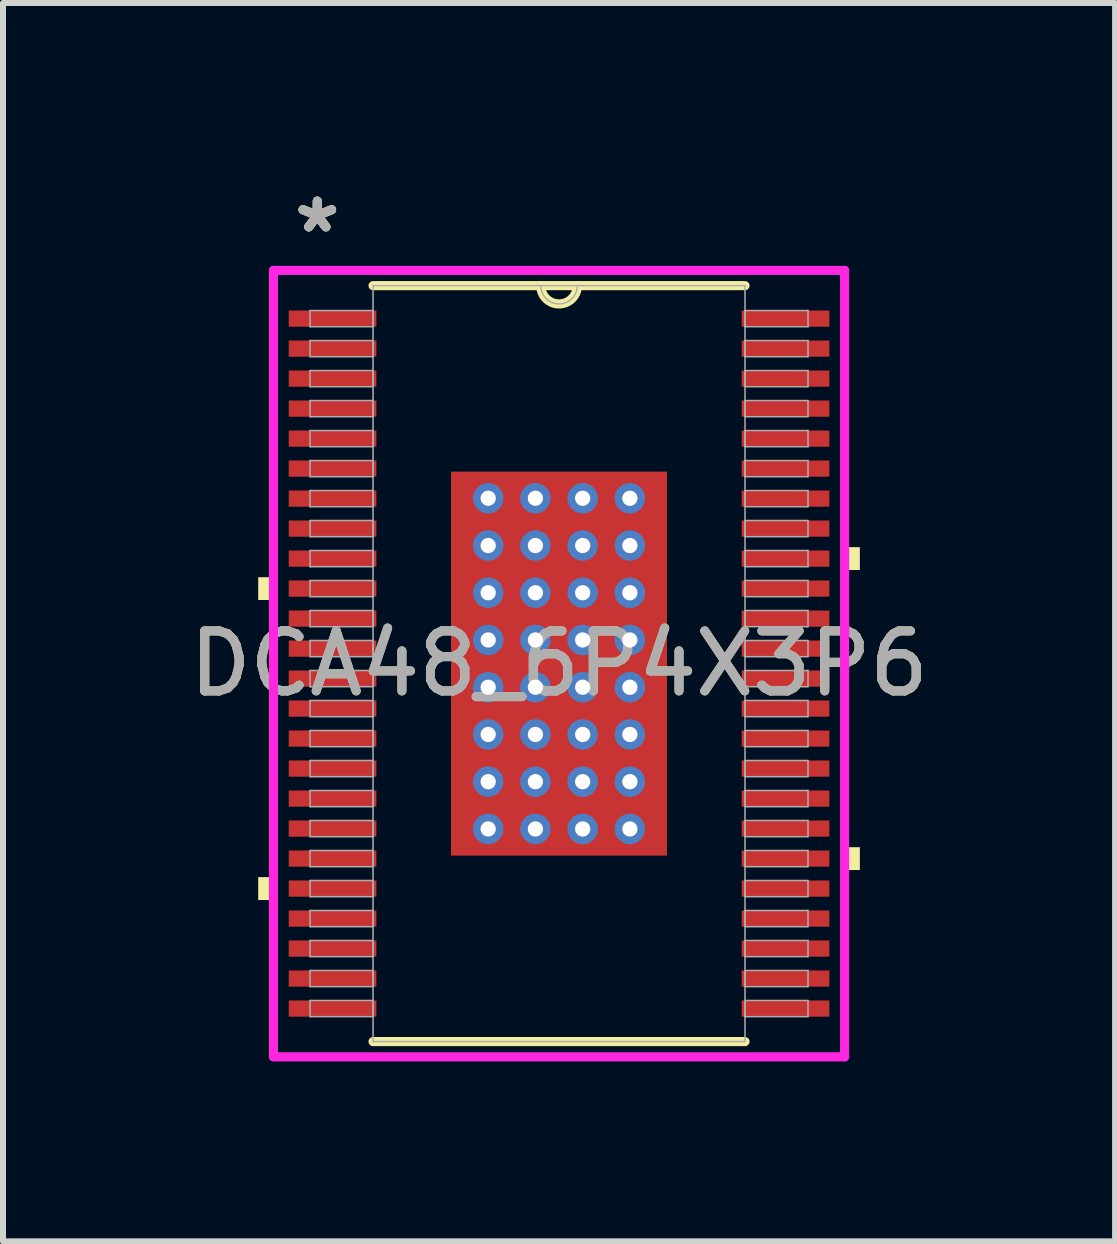
<source format=kicad_pcb>
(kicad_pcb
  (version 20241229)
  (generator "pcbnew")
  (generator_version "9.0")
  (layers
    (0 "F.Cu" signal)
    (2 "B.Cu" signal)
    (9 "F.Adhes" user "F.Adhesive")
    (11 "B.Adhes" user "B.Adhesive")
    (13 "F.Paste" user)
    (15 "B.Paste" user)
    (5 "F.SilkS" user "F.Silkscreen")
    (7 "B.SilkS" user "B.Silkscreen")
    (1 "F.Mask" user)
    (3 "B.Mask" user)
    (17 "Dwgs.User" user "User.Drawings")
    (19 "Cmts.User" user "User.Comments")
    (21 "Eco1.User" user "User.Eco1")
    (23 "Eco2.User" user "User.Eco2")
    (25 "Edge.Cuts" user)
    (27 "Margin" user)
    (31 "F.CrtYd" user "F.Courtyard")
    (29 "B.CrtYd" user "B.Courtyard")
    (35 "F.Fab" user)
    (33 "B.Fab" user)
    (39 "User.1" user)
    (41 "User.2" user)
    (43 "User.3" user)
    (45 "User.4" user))
  (footprint "DCA48_6P4X3P6"
    (layer "F.Cu")
    (at 6.268 8.011)
    (property "Reference" "DCA48_6P4X3P6" (at 0 0 0) (unlocked yes) (layer "F.SilkS") (effects (font (size 1 1) (thickness 0.15))))
    (attr smd)
    (fp_poly (pts (xy -1.863 -3.264) (xy -1.381 -3.264) (xy -1.381 3.264) (xy -1.863 3.264)) (stroke (width 0) (type solid)) (fill yes) (layer "F.Mask"))
    (fp_poly (pts (xy -1.863 -3.264) (xy 1.863 -3.264) (xy 1.863 -2.956) (xy -1.863 -2.956)) (stroke (width 0) (type solid)) (fill yes) (layer "F.Mask"))
    (fp_poly (pts (xy -1.863 -2.556) (xy 1.863 -2.556) (xy 1.863 -2.168) (xy -1.863 -2.168)) (stroke (width 0) (type solid)) (fill yes) (layer "F.Mask"))
    (fp_poly (pts (xy -1.863 -1.768) (xy 1.863 -1.768) (xy 1.863 -1.381) (xy -1.863 -1.381)) (stroke (width 0) (type solid)) (fill yes) (layer "F.Mask"))
    (fp_poly (pts (xy -1.863 -0.981) (xy 1.863 -0.981) (xy 1.863 -0.594) (xy -1.863 -0.594)) (stroke (width 0) (type solid)) (fill yes) (layer "F.Mask"))
    (fp_poly (pts (xy -1.863 -0.194) (xy 1.863 -0.194) (xy 1.863 0.194) (xy -1.863 0.194)) (stroke (width 0) (type solid)) (fill yes) (layer "F.Mask"))
    (fp_poly (pts (xy -1.863 0.594) (xy 1.863 0.594) (xy 1.863 0.981) (xy -1.863 0.981)) (stroke (width 0) (type solid)) (fill yes) (layer "F.Mask"))
    (fp_poly (pts (xy -1.863 1.381) (xy 1.863 1.381) (xy 1.863 1.768) (xy -1.863 1.768)) (stroke (width 0) (type solid)) (fill yes) (layer "F.Mask"))
    (fp_poly (pts (xy -1.863 2.168) (xy 1.863 2.168) (xy 1.863 2.556) (xy -1.863 2.556)) (stroke (width 0) (type solid)) (fill yes) (layer "F.Mask"))
    (fp_poly (pts (xy -1.863 2.956) (xy 1.863 2.956) (xy 1.863 3.264) (xy -1.863 3.264)) (stroke (width 0) (type solid)) (fill yes) (layer "F.Mask"))
    (fp_poly (pts (xy -0.594 -3.264) (xy -0.981 -3.264) (xy -0.981 3.264) (xy -0.594 3.264)) (stroke (width 0) (type solid)) (fill yes) (layer "F.Mask"))
    (fp_poly (pts (xy 0.194 -3.264) (xy -0.194 -3.264) (xy -0.194 3.264) (xy 0.194 3.264)) (stroke (width 0) (type solid)) (fill yes) (layer "F.Mask"))
    (fp_poly (pts (xy 0.981 -3.264) (xy 0.594 -3.264) (xy 0.594 3.264) (xy 0.981 3.264)) (stroke (width 0) (type solid)) (fill yes) (layer "F.Mask"))
    (fp_poly (pts (xy 1.381 -3.264) (xy 1.863 -3.264) (xy 1.863 3.264) (xy 1.381 3.264)) (stroke (width 0) (type solid)) (fill yes) (layer "F.Mask"))
    (fp_line (start -3.1 6.3) (end 3.1 6.3) (stroke (width 0.152) (type solid)) (layer "F.SilkS"))
    (fp_line (start 3.1 -6.3) (end -3.1 -6.3) (stroke (width 0.152) (type solid)) (layer "F.SilkS"))
    (fp_arc (start 0.3048 -6.3) (mid 0 -5.9952) (end -0.3048 -6.3) (stroke (width 0.1524) (type solid)) (layer "F.SilkS"))
    (fp_poly (pts (xy -5.014 -1.44) (xy -5.014 -1.06) (xy -4.76 -1.06) (xy -4.76 -1.44)) (stroke (width 0) (type solid)) (fill yes) (layer "F.SilkS"))
    (fp_poly (pts (xy -5.014 3.559) (xy -5.014 3.941) (xy -4.76 3.941) (xy -4.76 3.559)) (stroke (width 0) (type solid)) (fill yes) (layer "F.SilkS"))
    (fp_poly (pts (xy 5.014 -1.941) (xy 5.014 -1.56) (xy 4.76 -1.56) (xy 4.76 -1.941)) (stroke (width 0) (type solid)) (fill yes) (layer "F.SilkS"))
    (fp_poly (pts (xy 5.014 3.06) (xy 5.014 3.441) (xy 4.76 3.441) (xy 4.76 3.06)) (stroke (width 0) (type solid)) (fill yes) (layer "F.SilkS"))
    (fp_poly (pts (xy -1.725 -3.125) (xy -1.725 -2.856) (xy -1.423 -2.856) (xy -1.281 -2.997) (xy -1.281 -3.125)) (stroke (width 0) (type solid)) (fill yes) (layer "F.Paste"))
    (fp_poly (pts (xy -1.725 2.856) (xy -1.725 3.125) (xy -1.281 3.125) (xy -1.281 2.997) (xy -1.423 2.856)) (stroke (width 0) (type solid)) (fill yes) (layer "F.Paste"))
    (fp_poly (pts (xy 1.281 -3.125) (xy 1.281 -2.997) (xy 1.423 -2.856) (xy 1.725 -2.856) (xy 1.725 -3.125)) (stroke (width 0) (type solid)) (fill yes) (layer "F.Paste"))
    (fp_poly (pts (xy 1.423 2.856) (xy 1.281 2.997) (xy 1.281 3.125) (xy 1.725 3.125) (xy 1.725 2.856)) (stroke (width 0) (type solid)) (fill yes) (layer "F.Paste"))
    (fp_poly (pts (xy -1.725 -2.656) (xy -1.725 -2.068) (xy -1.423 -2.068) (xy -1.281 -2.21) (xy -1.281 -2.514) (xy -1.423 -2.656)) (stroke (width 0) (type solid)) (fill yes) (layer "F.Paste"))
    (fp_poly (pts (xy -1.725 -1.869) (xy -1.725 -1.281) (xy -1.423 -1.281) (xy -1.281 -1.423) (xy -1.281 -1.727) (xy -1.423 -1.869)) (stroke (width 0) (type solid)) (fill yes) (layer "F.Paste"))
    (fp_poly (pts (xy -1.725 -1.081) (xy -1.725 -0.494) (xy -1.423 -0.494) (xy -1.281 -0.635) (xy -1.281 -0.94) (xy -1.423 -1.081)) (stroke (width 0) (type solid)) (fill yes) (layer "F.Paste"))
    (fp_poly (pts (xy -1.725 -0.294) (xy -1.725 0.294) (xy -1.423 0.294) (xy -1.281 0.152) (xy -1.281 -0.152) (xy -1.423 -0.294)) (stroke (width 0) (type solid)) (fill yes) (layer "F.Paste"))
    (fp_poly (pts (xy -1.725 0.494) (xy -1.725 1.081) (xy -1.423 1.081) (xy -1.281 0.94) (xy -1.281 0.635) (xy -1.423 0.494)) (stroke (width 0) (type solid)) (fill yes) (layer "F.Paste"))
    (fp_poly (pts (xy -1.725 1.281) (xy -1.725 1.869) (xy -1.423 1.869) (xy -1.281 1.727) (xy -1.281 1.423) (xy -1.423 1.281)) (stroke (width 0) (type solid)) (fill yes) (layer "F.Paste"))
    (fp_poly (pts (xy -1.725 2.068) (xy -1.725 2.656) (xy -1.423 2.656) (xy -1.281 2.514) (xy -1.281 2.21) (xy -1.423 2.068)) (stroke (width 0) (type solid)) (fill yes) (layer "F.Paste"))
    (fp_poly (pts (xy -1.081 -3.125) (xy -1.081 -2.997) (xy -0.94 -2.856) (xy -0.635 -2.856) (xy -0.494 -2.997) (xy -0.494 -3.125)) (stroke (width 0) (type solid)) (fill yes) (layer "F.Paste"))
    (fp_poly (pts (xy -0.94 2.856) (xy -1.081 2.997) (xy -1.081 3.125) (xy -0.494 3.125) (xy -0.494 2.997) (xy -0.635 2.856)) (stroke (width 0) (type solid)) (fill yes) (layer "F.Paste"))
    (fp_poly (pts (xy -0.294 -3.125) (xy -0.294 -2.997) (xy -0.152 -2.856) (xy 0.152 -2.856) (xy 0.294 -2.997) (xy 0.294 -3.125)) (stroke (width 0) (type solid)) (fill yes) (layer "F.Paste"))
    (fp_poly (pts (xy -0.152 2.856) (xy -0.294 2.997) (xy -0.294 3.125) (xy 0.294 3.125) (xy 0.294 2.997) (xy 0.152 2.856)) (stroke (width 0) (type solid)) (fill yes) (layer "F.Paste"))
    (fp_poly (pts (xy 0.494 -3.125) (xy 0.494 -2.997) (xy 0.635 -2.856) (xy 0.94 -2.856) (xy 1.081 -2.997) (xy 1.081 -3.125)) (stroke (width 0) (type solid)) (fill yes) (layer "F.Paste"))
    (fp_poly (pts (xy 0.635 2.856) (xy 0.494 2.997) (xy 0.494 3.125) (xy 1.081 3.125) (xy 1.081 2.997) (xy 0.94 2.856)) (stroke (width 0) (type solid)) (fill yes) (layer "F.Paste"))
    (fp_poly (pts (xy 1.423 -2.656) (xy 1.281 -2.514) (xy 1.281 -2.21) (xy 1.423 -2.068) (xy 1.725 -2.068) (xy 1.725 -2.656)) (stroke (width 0) (type solid)) (fill yes) (layer "F.Paste"))
    (fp_poly (pts (xy 1.423 -1.869) (xy 1.281 -1.727) (xy 1.281 -1.423) (xy 1.423 -1.281) (xy 1.725 -1.281) (xy 1.725 -1.869)) (stroke (width 0) (type solid)) (fill yes) (layer "F.Paste"))
    (fp_poly (pts (xy 1.423 -1.081) (xy 1.281 -0.94) (xy 1.281 -0.635) (xy 1.423 -0.494) (xy 1.725 -0.494) (xy 1.725 -1.081)) (stroke (width 0) (type solid)) (fill yes) (layer "F.Paste"))
    (fp_poly (pts (xy 1.423 -0.294) (xy 1.281 -0.152) (xy 1.281 0.152) (xy 1.423 0.294) (xy 1.725 0.294) (xy 1.725 -0.294)) (stroke (width 0) (type solid)) (fill yes) (layer "F.Paste"))
    (fp_poly (pts (xy 1.423 0.494) (xy 1.281 0.635) (xy 1.281 0.94) (xy 1.423 1.081) (xy 1.725 1.081) (xy 1.725 0.494)) (stroke (width 0) (type solid)) (fill yes) (layer "F.Paste"))
    (fp_poly (pts (xy 1.423 1.281) (xy 1.281 1.423) (xy 1.281 1.727) (xy 1.423 1.869) (xy 1.725 1.869) (xy 1.725 1.281)) (stroke (width 0) (type solid)) (fill yes) (layer "F.Paste"))
    (fp_poly (pts (xy 1.423 2.068) (xy 1.281 2.21) (xy 1.281 2.514) (xy 1.423 2.656) (xy 1.725 2.656) (xy 1.725 2.068)) (stroke (width 0) (type solid)) (fill yes) (layer "F.Paste"))
    (fp_poly (pts (xy -0.94 -2.656) (xy -1.081 -2.514) (xy -1.081 -2.21) (xy -0.94 -2.068) (xy -0.635 -2.068) (xy -0.494 -2.21) (xy -0.494 -2.514) (xy -0.635 -2.656)) (stroke (width 0) (type solid)) (fill yes) (layer "F.Paste"))
    (fp_poly (pts (xy -0.94 -1.869) (xy -1.081 -1.727) (xy -1.081 -1.423) (xy -0.94 -1.281) (xy -0.635 -1.281) (xy -0.494 -1.423) (xy -0.494 -1.727) (xy -0.635 -1.869)) (stroke (width 0) (type solid)) (fill yes) (layer "F.Paste"))
    (fp_poly (pts (xy -0.94 -1.081) (xy -1.081 -0.94) (xy -1.081 -0.635) (xy -0.94 -0.494) (xy -0.635 -0.494) (xy -0.494 -0.635) (xy -0.494 -0.94) (xy -0.635 -1.081)) (stroke (width 0) (type solid)) (fill yes) (layer "F.Paste"))
    (fp_poly (pts (xy -0.94 -0.294) (xy -1.081 -0.152) (xy -1.081 0.152) (xy -0.94 0.294) (xy -0.635 0.294) (xy -0.494 0.152) (xy -0.494 -0.152) (xy -0.635 -0.294)) (stroke (width 0) (type solid)) (fill yes) (layer "F.Paste"))
    (fp_poly (pts (xy -0.94 0.494) (xy -1.081 0.635) (xy -1.081 0.94) (xy -0.94 1.081) (xy -0.635 1.081) (xy -0.494 0.94) (xy -0.494 0.635) (xy -0.635 0.494)) (stroke (width 0) (type solid)) (fill yes) (layer "F.Paste"))
    (fp_poly (pts (xy -0.94 1.281) (xy -1.081 1.423) (xy -1.081 1.727) (xy -0.94 1.869) (xy -0.635 1.869) (xy -0.494 1.727) (xy -0.494 1.423) (xy -0.635 1.281)) (stroke (width 0) (type solid)) (fill yes) (layer "F.Paste"))
    (fp_poly (pts (xy -0.94 2.068) (xy -1.081 2.21) (xy -1.081 2.514) (xy -0.94 2.656) (xy -0.635 2.656) (xy -0.494 2.514) (xy -0.494 2.21) (xy -0.635 2.068)) (stroke (width 0) (type solid)) (fill yes) (layer "F.Paste"))
    (fp_poly (pts (xy -0.152 -2.656) (xy -0.294 -2.514) (xy -0.294 -2.21) (xy -0.152 -2.068) (xy 0.152 -2.068) (xy 0.294 -2.21) (xy 0.294 -2.514) (xy 0.152 -2.656)) (stroke (width 0) (type solid)) (fill yes) (layer "F.Paste"))
    (fp_poly (pts (xy -0.152 -1.869) (xy -0.294 -1.727) (xy -0.294 -1.423) (xy -0.152 -1.281) (xy 0.152 -1.281) (xy 0.294 -1.423) (xy 0.294 -1.727) (xy 0.152 -1.869)) (stroke (width 0) (type solid)) (fill yes) (layer "F.Paste"))
    (fp_poly (pts (xy -0.152 -1.081) (xy -0.294 -0.94) (xy -0.294 -0.635) (xy -0.152 -0.494) (xy 0.152 -0.494) (xy 0.294 -0.635) (xy 0.294 -0.94) (xy 0.152 -1.081)) (stroke (width 0) (type solid)) (fill yes) (layer "F.Paste"))
    (fp_poly (pts (xy -0.152 -0.294) (xy -0.294 -0.152) (xy -0.294 0.152) (xy -0.152 0.294) (xy 0.152 0.294) (xy 0.294 0.152) (xy 0.294 -0.152) (xy 0.152 -0.294)) (stroke (width 0) (type solid)) (fill yes) (layer "F.Paste"))
    (fp_poly (pts (xy -0.152 0.494) (xy -0.294 0.635) (xy -0.294 0.94) (xy -0.152 1.081) (xy 0.152 1.081) (xy 0.294 0.94) (xy 0.294 0.635) (xy 0.152 0.494)) (stroke (width 0) (type solid)) (fill yes) (layer "F.Paste"))
    (fp_poly (pts (xy -0.152 1.281) (xy -0.294 1.423) (xy -0.294 1.727) (xy -0.152 1.869) (xy 0.152 1.869) (xy 0.294 1.727) (xy 0.294 1.423) (xy 0.152 1.281)) (stroke (width 0) (type solid)) (fill yes) (layer "F.Paste"))
    (fp_poly (pts (xy -0.152 2.068) (xy -0.294 2.21) (xy -0.294 2.514) (xy -0.152 2.656) (xy 0.152 2.656) (xy 0.294 2.514) (xy 0.294 2.21) (xy 0.152 2.068)) (stroke (width 0) (type solid)) (fill yes) (layer "F.Paste"))
    (fp_poly (pts (xy 0.635 -2.656) (xy 0.494 -2.514) (xy 0.494 -2.21) (xy 0.635 -2.068) (xy 0.94 -2.068) (xy 1.081 -2.21) (xy 1.081 -2.514) (xy 0.94 -2.656)) (stroke (width 0) (type solid)) (fill yes) (layer "F.Paste"))
    (fp_poly (pts (xy 0.635 -1.869) (xy 0.494 -1.727) (xy 0.494 -1.423) (xy 0.635 -1.281) (xy 0.94 -1.281) (xy 1.081 -1.423) (xy 1.081 -1.727) (xy 0.94 -1.869)) (stroke (width 0) (type solid)) (fill yes) (layer "F.Paste"))
    (fp_poly (pts (xy 0.635 -1.081) (xy 0.494 -0.94) (xy 0.494 -0.635) (xy 0.635 -0.494) (xy 0.94 -0.494) (xy 1.081 -0.635) (xy 1.081 -0.94) (xy 0.94 -1.081)) (stroke (width 0) (type solid)) (fill yes) (layer "F.Paste"))
    (fp_poly (pts (xy 0.635 -0.294) (xy 0.494 -0.152) (xy 0.494 0.152) (xy 0.635 0.294) (xy 0.94 0.294) (xy 1.081 0.152) (xy 1.081 -0.152) (xy 0.94 -0.294)) (stroke (width 0) (type solid)) (fill yes) (layer "F.Paste"))
    (fp_poly (pts (xy 0.635 0.494) (xy 0.494 0.635) (xy 0.494 0.94) (xy 0.635 1.081) (xy 0.94 1.081) (xy 1.081 0.94) (xy 1.081 0.635) (xy 0.94 0.494)) (stroke (width 0) (type solid)) (fill yes) (layer "F.Paste"))
    (fp_poly (pts (xy 0.635 1.281) (xy 0.494 1.423) (xy 0.494 1.727) (xy 0.635 1.869) (xy 0.94 1.869) (xy 1.081 1.727) (xy 1.081 1.423) (xy 0.94 1.281)) (stroke (width 0) (type solid)) (fill yes) (layer "F.Paste"))
    (fp_poly (pts (xy 0.635 2.068) (xy 0.494 2.21) (xy 0.494 2.514) (xy 0.635 2.656) (xy 0.94 2.656) (xy 1.081 2.514) (xy 1.081 2.21) (xy 0.94 2.068)) (stroke (width 0) (type solid)) (fill yes) (layer "F.Paste"))
    (fp_line (start -4.76 -6.554) (end 4.76 -6.554) (stroke (width 0.152) (type solid)) (layer "F.CrtYd"))
    (fp_line (start -4.76 6.554) (end -4.76 -6.554) (stroke (width 0.152) (type solid)) (layer "F.CrtYd"))
    (fp_line (start 4.76 -6.554) (end 4.76 6.554) (stroke (width 0.152) (type solid)) (layer "F.CrtYd"))
    (fp_line (start 4.76 6.554) (end -4.76 6.554) (stroke (width 0.152) (type solid)) (layer "F.CrtYd"))
    (fp_line (start -4.15 -5.885) (end -4.15 -5.615) (stroke (width 0.025) (type solid)) (layer "F.Fab"))
    (fp_line (start -4.15 -5.615) (end -3.1 -5.615) (stroke (width 0.025) (type solid)) (layer "F.Fab"))
    (fp_line (start -4.15 -5.385) (end -4.15 -5.115) (stroke (width 0.025) (type solid)) (layer "F.Fab"))
    (fp_line (start -4.15 -5.115) (end -3.1 -5.115) (stroke (width 0.025) (type solid)) (layer "F.Fab"))
    (fp_line (start -4.15 -4.885) (end -4.15 -4.615) (stroke (width 0.025) (type solid)) (layer "F.Fab"))
    (fp_line (start -4.15 -4.615) (end -3.1 -4.615) (stroke (width 0.025) (type solid)) (layer "F.Fab"))
    (fp_line (start -4.15 -4.385) (end -4.15 -4.115) (stroke (width 0.025) (type solid)) (layer "F.Fab"))
    (fp_line (start -4.15 -4.115) (end -3.1 -4.115) (stroke (width 0.025) (type solid)) (layer "F.Fab"))
    (fp_line (start -4.15 -3.885) (end -4.15 -3.615) (stroke (width 0.025) (type solid)) (layer "F.Fab"))
    (fp_line (start -4.15 -3.615) (end -3.1 -3.615) (stroke (width 0.025) (type solid)) (layer "F.Fab"))
    (fp_line (start -4.15 -3.385) (end -4.15 -3.115) (stroke (width 0.025) (type solid)) (layer "F.Fab"))
    (fp_line (start -4.15 -3.115) (end -3.1 -3.115) (stroke (width 0.025) (type solid)) (layer "F.Fab"))
    (fp_line (start -4.15 -2.885) (end -4.15 -2.615) (stroke (width 0.025) (type solid)) (layer "F.Fab"))
    (fp_line (start -4.15 -2.615) (end -3.1 -2.615) (stroke (width 0.025) (type solid)) (layer "F.Fab"))
    (fp_line (start -4.15 -2.385) (end -4.15 -2.115) (stroke (width 0.025) (type solid)) (layer "F.Fab"))
    (fp_line (start -4.15 -2.115) (end -3.1 -2.115) (stroke (width 0.025) (type solid)) (layer "F.Fab"))
    (fp_line (start -4.15 -1.885) (end -4.15 -1.615) (stroke (width 0.025) (type solid)) (layer "F.Fab"))
    (fp_line (start -4.15 -1.615) (end -3.1 -1.615) (stroke (width 0.025) (type solid)) (layer "F.Fab"))
    (fp_line (start -4.15 -1.385) (end -4.15 -1.115) (stroke (width 0.025) (type solid)) (layer "F.Fab"))
    (fp_line (start -4.15 -1.115) (end -3.1 -1.115) (stroke (width 0.025) (type solid)) (layer "F.Fab"))
    (fp_line (start -4.15 -0.885) (end -4.15 -0.615) (stroke (width 0.025) (type solid)) (layer "F.Fab"))
    (fp_line (start -4.15 -0.615) (end -3.1 -0.615) (stroke (width 0.025) (type solid)) (layer "F.Fab"))
    (fp_line (start -4.15 -0.385) (end -4.15 -0.115) (stroke (width 0.025) (type solid)) (layer "F.Fab"))
    (fp_line (start -4.15 -0.115) (end -3.1 -0.115) (stroke (width 0.025) (type solid)) (layer "F.Fab"))
    (fp_line (start -4.15 0.115) (end -4.15 0.385) (stroke (width 0.025) (type solid)) (layer "F.Fab"))
    (fp_line (start -4.15 0.385) (end -3.1 0.385) (stroke (width 0.025) (type solid)) (layer "F.Fab"))
    (fp_line (start -4.15 0.615) (end -4.15 0.885) (stroke (width 0.025) (type solid)) (layer "F.Fab"))
    (fp_line (start -4.15 0.885) (end -3.1 0.885) (stroke (width 0.025) (type solid)) (layer "F.Fab"))
    (fp_line (start -4.15 1.115) (end -4.15 1.385) (stroke (width 0.025) (type solid)) (layer "F.Fab"))
    (fp_line (start -4.15 1.385) (end -3.1 1.385) (stroke (width 0.025) (type solid)) (layer "F.Fab"))
    (fp_line (start -4.15 1.615) (end -4.15 1.885) (stroke (width 0.025) (type solid)) (layer "F.Fab"))
    (fp_line (start -4.15 1.885) (end -3.1 1.885) (stroke (width 0.025) (type solid)) (layer "F.Fab"))
    (fp_line (start -4.15 2.115) (end -4.15 2.385) (stroke (width 0.025) (type solid)) (layer "F.Fab"))
    (fp_line (start -4.15 2.385) (end -3.1 2.385) (stroke (width 0.025) (type solid)) (layer "F.Fab"))
    (fp_line (start -4.15 2.615) (end -4.15 2.885) (stroke (width 0.025) (type solid)) (layer "F.Fab"))
    (fp_line (start -4.15 2.885) (end -3.1 2.885) (stroke (width 0.025) (type solid)) (layer "F.Fab"))
    (fp_line (start -4.15 3.115) (end -4.15 3.385) (stroke (width 0.025) (type solid)) (layer "F.Fab"))
    (fp_line (start -4.15 3.385) (end -3.1 3.385) (stroke (width 0.025) (type solid)) (layer "F.Fab"))
    (fp_line (start -4.15 3.615) (end -4.15 3.885) (stroke (width 0.025) (type solid)) (layer "F.Fab"))
    (fp_line (start -4.15 3.885) (end -3.1 3.885) (stroke (width 0.025) (type solid)) (layer "F.Fab"))
    (fp_line (start -4.15 4.115) (end -4.15 4.385) (stroke (width 0.025) (type solid)) (layer "F.Fab"))
    (fp_line (start -4.15 4.385) (end -3.1 4.385) (stroke (width 0.025) (type solid)) (layer "F.Fab"))
    (fp_line (start -4.15 4.615) (end -4.15 4.885) (stroke (width 0.025) (type solid)) (layer "F.Fab"))
    (fp_line (start -4.15 4.885) (end -3.1 4.885) (stroke (width 0.025) (type solid)) (layer "F.Fab"))
    (fp_line (start -4.15 5.115) (end -4.15 5.385) (stroke (width 0.025) (type solid)) (layer "F.Fab"))
    (fp_line (start -4.15 5.385) (end -3.1 5.385) (stroke (width 0.025) (type solid)) (layer "F.Fab"))
    (fp_line (start -4.15 5.615) (end -4.15 5.885) (stroke (width 0.025) (type solid)) (layer "F.Fab"))
    (fp_line (start -4.15 5.885) (end -3.1 5.885) (stroke (width 0.025) (type solid)) (layer "F.Fab"))
    (fp_line (start -3.1 -5.885) (end -4.15 -5.885) (stroke (width 0.025) (type solid)) (layer "F.Fab"))
    (fp_line (start -3.1 -5.615) (end -3.1 -5.885) (stroke (width 0.025) (type solid)) (layer "F.Fab"))
    (fp_line (start -3.1 -5.385) (end -4.15 -5.385) (stroke (width 0.025) (type solid)) (layer "F.Fab"))
    (fp_line (start -3.1 -5.115) (end -3.1 -5.385) (stroke (width 0.025) (type solid)) (layer "F.Fab"))
    (fp_line (start -3.1 -4.885) (end -4.15 -4.885) (stroke (width 0.025) (type solid)) (layer "F.Fab"))
    (fp_line (start -3.1 -4.615) (end -3.1 -4.885) (stroke (width 0.025) (type solid)) (layer "F.Fab"))
    (fp_line (start -3.1 -4.385) (end -4.15 -4.385) (stroke (width 0.025) (type solid)) (layer "F.Fab"))
    (fp_line (start -3.1 -4.115) (end -3.1 -4.385) (stroke (width 0.025) (type solid)) (layer "F.Fab"))
    (fp_line (start -3.1 -3.885) (end -4.15 -3.885) (stroke (width 0.025) (type solid)) (layer "F.Fab"))
    (fp_line (start -3.1 -3.615) (end -3.1 -3.885) (stroke (width 0.025) (type solid)) (layer "F.Fab"))
    (fp_line (start -3.1 -3.385) (end -4.15 -3.385) (stroke (width 0.025) (type solid)) (layer "F.Fab"))
    (fp_line (start -3.1 -3.115) (end -3.1 -3.385) (stroke (width 0.025) (type solid)) (layer "F.Fab"))
    (fp_line (start -3.1 -2.885) (end -4.15 -2.885) (stroke (width 0.025) (type solid)) (layer "F.Fab"))
    (fp_line (start -3.1 -2.615) (end -3.1 -2.885) (stroke (width 0.025) (type solid)) (layer "F.Fab"))
    (fp_line (start -3.1 -2.385) (end -4.15 -2.385) (stroke (width 0.025) (type solid)) (layer "F.Fab"))
    (fp_line (start -3.1 -2.115) (end -3.1 -2.385) (stroke (width 0.025) (type solid)) (layer "F.Fab"))
    (fp_line (start -3.1 -1.885) (end -4.15 -1.885) (stroke (width 0.025) (type solid)) (layer "F.Fab"))
    (fp_line (start -3.1 -1.615) (end -3.1 -1.885) (stroke (width 0.025) (type solid)) (layer "F.Fab"))
    (fp_line (start -3.1 -1.385) (end -4.15 -1.385) (stroke (width 0.025) (type solid)) (layer "F.Fab"))
    (fp_line (start -3.1 -1.115) (end -3.1 -1.385) (stroke (width 0.025) (type solid)) (layer "F.Fab"))
    (fp_line (start -3.1 -0.885) (end -4.15 -0.885) (stroke (width 0.025) (type solid)) (layer "F.Fab"))
    (fp_line (start -3.1 -0.615) (end -3.1 -0.885) (stroke (width 0.025) (type solid)) (layer "F.Fab"))
    (fp_line (start -3.1 -0.385) (end -4.15 -0.385) (stroke (width 0.025) (type solid)) (layer "F.Fab"))
    (fp_line (start -3.1 -0.115) (end -3.1 -0.385) (stroke (width 0.025) (type solid)) (layer "F.Fab"))
    (fp_line (start -3.1 0.115) (end -4.15 0.115) (stroke (width 0.025) (type solid)) (layer "F.Fab"))
    (fp_line (start -3.1 0.385) (end -3.1 0.115) (stroke (width 0.025) (type solid)) (layer "F.Fab"))
    (fp_line (start -3.1 0.615) (end -4.15 0.615) (stroke (width 0.025) (type solid)) (layer "F.Fab"))
    (fp_line (start -3.1 0.885) (end -3.1 0.615) (stroke (width 0.025) (type solid)) (layer "F.Fab"))
    (fp_line (start -3.1 1.115) (end -4.15 1.115) (stroke (width 0.025) (type solid)) (layer "F.Fab"))
    (fp_line (start -3.1 1.385) (end -3.1 1.115) (stroke (width 0.025) (type solid)) (layer "F.Fab"))
    (fp_line (start -3.1 1.615) (end -4.15 1.615) (stroke (width 0.025) (type solid)) (layer "F.Fab"))
    (fp_line (start -3.1 1.885) (end -3.1 1.615) (stroke (width 0.025) (type solid)) (layer "F.Fab"))
    (fp_line (start -3.1 2.115) (end -4.15 2.115) (stroke (width 0.025) (type solid)) (layer "F.Fab"))
    (fp_line (start -3.1 2.385) (end -3.1 2.115) (stroke (width 0.025) (type solid)) (layer "F.Fab"))
    (fp_line (start -3.1 2.615) (end -4.15 2.615) (stroke (width 0.025) (type solid)) (layer "F.Fab"))
    (fp_line (start -3.1 2.885) (end -3.1 2.615) (stroke (width 0.025) (type solid)) (layer "F.Fab"))
    (fp_line (start -3.1 3.115) (end -4.15 3.115) (stroke (width 0.025) (type solid)) (layer "F.Fab"))
    (fp_line (start -3.1 3.385) (end -3.1 3.115) (stroke (width 0.025) (type solid)) (layer "F.Fab"))
    (fp_line (start -3.1 3.615) (end -4.15 3.615) (stroke (width 0.025) (type solid)) (layer "F.Fab"))
    (fp_line (start -3.1 3.885) (end -3.1 3.615) (stroke (width 0.025) (type solid)) (layer "F.Fab"))
    (fp_line (start -3.1 4.115) (end -4.15 4.115) (stroke (width 0.025) (type solid)) (layer "F.Fab"))
    (fp_line (start -3.1 4.385) (end -3.1 4.115) (stroke (width 0.025) (type solid)) (layer "F.Fab"))
    (fp_line (start -3.1 4.615) (end -4.15 4.615) (stroke (width 0.025) (type solid)) (layer "F.Fab"))
    (fp_line (start -3.1 4.885) (end -3.1 4.615) (stroke (width 0.025) (type solid)) (layer "F.Fab"))
    (fp_line (start -3.1 5.115) (end -4.15 5.115) (stroke (width 0.025) (type solid)) (layer "F.Fab"))
    (fp_line (start -3.1 5.385) (end -3.1 5.115) (stroke (width 0.025) (type solid)) (layer "F.Fab"))
    (fp_line (start -3.1 5.615) (end -4.15 5.615) (stroke (width 0.025) (type solid)) (layer "F.Fab"))
    (fp_line (start -3.1 5.885) (end -3.1 5.615) (stroke (width 0.025) (type solid)) (layer "F.Fab"))
    (fp_line (start -3.1 -6.3) (end -3.1 6.3) (stroke (width 0.025) (type solid)) (layer "F.Fab"))
    (fp_line (start -3.1 6.3) (end 3.1 6.3) (stroke (width 0.025) (type solid)) (layer "F.Fab"))
    (fp_line (start 3.1 -6.3) (end -3.1 -6.3) (stroke (width 0.025) (type solid)) (layer "F.Fab"))
    (fp_line (start 3.1 6.3) (end 3.1 -6.3) (stroke (width 0.025) (type solid)) (layer "F.Fab"))
    (fp_line (start 3.1 -5.885) (end 3.1 -5.615) (stroke (width 0.025) (type solid)) (layer "F.Fab"))
    (fp_line (start 3.1 -5.615) (end 4.15 -5.615) (stroke (width 0.025) (type solid)) (layer "F.Fab"))
    (fp_line (start 3.1 -5.385) (end 3.1 -5.115) (stroke (width 0.025) (type solid)) (layer "F.Fab"))
    (fp_line (start 3.1 -5.115) (end 4.15 -5.115) (stroke (width 0.025) (type solid)) (layer "F.Fab"))
    (fp_line (start 3.1 -4.885) (end 3.1 -4.615) (stroke (width 0.025) (type solid)) (layer "F.Fab"))
    (fp_line (start 3.1 -4.615) (end 4.15 -4.615) (stroke (width 0.025) (type solid)) (layer "F.Fab"))
    (fp_line (start 3.1 -4.385) (end 3.1 -4.115) (stroke (width 0.025) (type solid)) (layer "F.Fab"))
    (fp_line (start 3.1 -4.115) (end 4.15 -4.115) (stroke (width 0.025) (type solid)) (layer "F.Fab"))
    (fp_line (start 3.1 -3.885) (end 3.1 -3.615) (stroke (width 0.025) (type solid)) (layer "F.Fab"))
    (fp_line (start 3.1 -3.615) (end 4.15 -3.615) (stroke (width 0.025) (type solid)) (layer "F.Fab"))
    (fp_line (start 3.1 -3.385) (end 3.1 -3.115) (stroke (width 0.025) (type solid)) (layer "F.Fab"))
    (fp_line (start 3.1 -3.115) (end 4.15 -3.115) (stroke (width 0.025) (type solid)) (layer "F.Fab"))
    (fp_line (start 3.1 -2.885) (end 3.1 -2.615) (stroke (width 0.025) (type solid)) (layer "F.Fab"))
    (fp_line (start 3.1 -2.615) (end 4.15 -2.615) (stroke (width 0.025) (type solid)) (layer "F.Fab"))
    (fp_line (start 3.1 -2.385) (end 3.1 -2.115) (stroke (width 0.025) (type solid)) (layer "F.Fab"))
    (fp_line (start 3.1 -2.115) (end 4.15 -2.115) (stroke (width 0.025) (type solid)) (layer "F.Fab"))
    (fp_line (start 3.1 -1.885) (end 3.1 -1.615) (stroke (width 0.025) (type solid)) (layer "F.Fab"))
    (fp_line (start 3.1 -1.615) (end 4.15 -1.615) (stroke (width 0.025) (type solid)) (layer "F.Fab"))
    (fp_line (start 3.1 -1.385) (end 3.1 -1.115) (stroke (width 0.025) (type solid)) (layer "F.Fab"))
    (fp_line (start 3.1 -1.115) (end 4.15 -1.115) (stroke (width 0.025) (type solid)) (layer "F.Fab"))
    (fp_line (start 3.1 -0.885) (end 3.1 -0.615) (stroke (width 0.025) (type solid)) (layer "F.Fab"))
    (fp_line (start 3.1 -0.615) (end 4.15 -0.615) (stroke (width 0.025) (type solid)) (layer "F.Fab"))
    (fp_line (start 3.1 -0.385) (end 3.1 -0.115) (stroke (width 0.025) (type solid)) (layer "F.Fab"))
    (fp_line (start 3.1 -0.115) (end 4.15 -0.115) (stroke (width 0.025) (type solid)) (layer "F.Fab"))
    (fp_line (start 3.1 0.115) (end 3.1 0.385) (stroke (width 0.025) (type solid)) (layer "F.Fab"))
    (fp_line (start 3.1 0.385) (end 4.15 0.385) (stroke (width 0.025) (type solid)) (layer "F.Fab"))
    (fp_line (start 3.1 0.615) (end 3.1 0.885) (stroke (width 0.025) (type solid)) (layer "F.Fab"))
    (fp_line (start 3.1 0.885) (end 4.15 0.885) (stroke (width 0.025) (type solid)) (layer "F.Fab"))
    (fp_line (start 3.1 1.115) (end 3.1 1.385) (stroke (width 0.025) (type solid)) (layer "F.Fab"))
    (fp_line (start 3.1 1.385) (end 4.15 1.385) (stroke (width 0.025) (type solid)) (layer "F.Fab"))
    (fp_line (start 3.1 1.615) (end 3.1 1.885) (stroke (width 0.025) (type solid)) (layer "F.Fab"))
    (fp_line (start 3.1 1.885) (end 4.15 1.885) (stroke (width 0.025) (type solid)) (layer "F.Fab"))
    (fp_line (start 3.1 2.115) (end 3.1 2.385) (stroke (width 0.025) (type solid)) (layer "F.Fab"))
    (fp_line (start 3.1 2.385) (end 4.15 2.385) (stroke (width 0.025) (type solid)) (layer "F.Fab"))
    (fp_line (start 3.1 2.615) (end 3.1 2.885) (stroke (width 0.025) (type solid)) (layer "F.Fab"))
    (fp_line (start 3.1 2.885) (end 4.15 2.885) (stroke (width 0.025) (type solid)) (layer "F.Fab"))
    (fp_line (start 3.1 3.115) (end 3.1 3.385) (stroke (width 0.025) (type solid)) (layer "F.Fab"))
    (fp_line (start 3.1 3.385) (end 4.15 3.385) (stroke (width 0.025) (type solid)) (layer "F.Fab"))
    (fp_line (start 3.1 3.615) (end 3.1 3.885) (stroke (width 0.025) (type solid)) (layer "F.Fab"))
    (fp_line (start 3.1 3.885) (end 4.15 3.885) (stroke (width 0.025) (type solid)) (layer "F.Fab"))
    (fp_line (start 3.1 4.115) (end 3.1 4.385) (stroke (width 0.025) (type solid)) (layer "F.Fab"))
    (fp_line (start 3.1 4.385) (end 4.15 4.385) (stroke (width 0.025) (type solid)) (layer "F.Fab"))
    (fp_line (start 3.1 4.615) (end 3.1 4.885) (stroke (width 0.025) (type solid)) (layer "F.Fab"))
    (fp_line (start 3.1 4.885) (end 4.15 4.885) (stroke (width 0.025) (type solid)) (layer "F.Fab"))
    (fp_line (start 3.1 5.115) (end 3.1 5.385) (stroke (width 0.025) (type solid)) (layer "F.Fab"))
    (fp_line (start 3.1 5.385) (end 4.15 5.385) (stroke (width 0.025) (type solid)) (layer "F.Fab"))
    (fp_line (start 3.1 5.615) (end 3.1 5.885) (stroke (width 0.025) (type solid)) (layer "F.Fab"))
    (fp_line (start 3.1 5.885) (end 4.15 5.885) (stroke (width 0.025) (type solid)) (layer "F.Fab"))
    (fp_line (start 4.15 -5.885) (end 3.1 -5.885) (stroke (width 0.025) (type solid)) (layer "F.Fab"))
    (fp_line (start 4.15 -5.615) (end 4.15 -5.885) (stroke (width 0.025) (type solid)) (layer "F.Fab"))
    (fp_line (start 4.15 -5.385) (end 3.1 -5.385) (stroke (width 0.025) (type solid)) (layer "F.Fab"))
    (fp_line (start 4.15 -5.115) (end 4.15 -5.385) (stroke (width 0.025) (type solid)) (layer "F.Fab"))
    (fp_line (start 4.15 -4.885) (end 3.1 -4.885) (stroke (width 0.025) (type solid)) (layer "F.Fab"))
    (fp_line (start 4.15 -4.615) (end 4.15 -4.885) (stroke (width 0.025) (type solid)) (layer "F.Fab"))
    (fp_line (start 4.15 -4.385) (end 3.1 -4.385) (stroke (width 0.025) (type solid)) (layer "F.Fab"))
    (fp_line (start 4.15 -4.115) (end 4.15 -4.385) (stroke (width 0.025) (type solid)) (layer "F.Fab"))
    (fp_line (start 4.15 -3.885) (end 3.1 -3.885) (stroke (width 0.025) (type solid)) (layer "F.Fab"))
    (fp_line (start 4.15 -3.615) (end 4.15 -3.885) (stroke (width 0.025) (type solid)) (layer "F.Fab"))
    (fp_line (start 4.15 -3.385) (end 3.1 -3.385) (stroke (width 0.025) (type solid)) (layer "F.Fab"))
    (fp_line (start 4.15 -3.115) (end 4.15 -3.385) (stroke (width 0.025) (type solid)) (layer "F.Fab"))
    (fp_line (start 4.15 -2.885) (end 3.1 -2.885) (stroke (width 0.025) (type solid)) (layer "F.Fab"))
    (fp_line (start 4.15 -2.615) (end 4.15 -2.885) (stroke (width 0.025) (type solid)) (layer "F.Fab"))
    (fp_line (start 4.15 -2.385) (end 3.1 -2.385) (stroke (width 0.025) (type solid)) (layer "F.Fab"))
    (fp_line (start 4.15 -2.115) (end 4.15 -2.385) (stroke (width 0.025) (type solid)) (layer "F.Fab"))
    (fp_line (start 4.15 -1.885) (end 3.1 -1.885) (stroke (width 0.025) (type solid)) (layer "F.Fab"))
    (fp_line (start 4.15 -1.615) (end 4.15 -1.885) (stroke (width 0.025) (type solid)) (layer "F.Fab"))
    (fp_line (start 4.15 -1.385) (end 3.1 -1.385) (stroke (width 0.025) (type solid)) (layer "F.Fab"))
    (fp_line (start 4.15 -1.115) (end 4.15 -1.385) (stroke (width 0.025) (type solid)) (layer "F.Fab"))
    (fp_line (start 4.15 -0.885) (end 3.1 -0.885) (stroke (width 0.025) (type solid)) (layer "F.Fab"))
    (fp_line (start 4.15 -0.615) (end 4.15 -0.885) (stroke (width 0.025) (type solid)) (layer "F.Fab"))
    (fp_line (start 4.15 -0.385) (end 3.1 -0.385) (stroke (width 0.025) (type solid)) (layer "F.Fab"))
    (fp_line (start 4.15 -0.115) (end 4.15 -0.385) (stroke (width 0.025) (type solid)) (layer "F.Fab"))
    (fp_line (start 4.15 0.115) (end 3.1 0.115) (stroke (width 0.025) (type solid)) (layer "F.Fab"))
    (fp_line (start 4.15 0.385) (end 4.15 0.115) (stroke (width 0.025) (type solid)) (layer "F.Fab"))
    (fp_line (start 4.15 0.615) (end 3.1 0.615) (stroke (width 0.025) (type solid)) (layer "F.Fab"))
    (fp_line (start 4.15 0.885) (end 4.15 0.615) (stroke (width 0.025) (type solid)) (layer "F.Fab"))
    (fp_line (start 4.15 1.115) (end 3.1 1.115) (stroke (width 0.025) (type solid)) (layer "F.Fab"))
    (fp_line (start 4.15 1.385) (end 4.15 1.115) (stroke (width 0.025) (type solid)) (layer "F.Fab"))
    (fp_line (start 4.15 1.615) (end 3.1 1.615) (stroke (width 0.025) (type solid)) (layer "F.Fab"))
    (fp_line (start 4.15 1.885) (end 4.15 1.615) (stroke (width 0.025) (type solid)) (layer "F.Fab"))
    (fp_line (start 4.15 2.115) (end 3.1 2.115) (stroke (width 0.025) (type solid)) (layer "F.Fab"))
    (fp_line (start 4.15 2.385) (end 4.15 2.115) (stroke (width 0.025) (type solid)) (layer "F.Fab"))
    (fp_line (start 4.15 2.615) (end 3.1 2.615) (stroke (width 0.025) (type solid)) (layer "F.Fab"))
    (fp_line (start 4.15 2.885) (end 4.15 2.615) (stroke (width 0.025) (type solid)) (layer "F.Fab"))
    (fp_line (start 4.15 3.115) (end 3.1 3.115) (stroke (width 0.025) (type solid)) (layer "F.Fab"))
    (fp_line (start 4.15 3.385) (end 4.15 3.115) (stroke (width 0.025) (type solid)) (layer "F.Fab"))
    (fp_line (start 4.15 3.615) (end 3.1 3.615) (stroke (width 0.025) (type solid)) (layer "F.Fab"))
    (fp_line (start 4.15 3.885) (end 4.15 3.615) (stroke (width 0.025) (type solid)) (layer "F.Fab"))
    (fp_line (start 4.15 4.115) (end 3.1 4.115) (stroke (width 0.025) (type solid)) (layer "F.Fab"))
    (fp_line (start 4.15 4.385) (end 4.15 4.115) (stroke (width 0.025) (type solid)) (layer "F.Fab"))
    (fp_line (start 4.15 4.615) (end 3.1 4.615) (stroke (width 0.025) (type solid)) (layer "F.Fab"))
    (fp_line (start 4.15 4.885) (end 4.15 4.615) (stroke (width 0.025) (type solid)) (layer "F.Fab"))
    (fp_line (start 4.15 5.115) (end 3.1 5.115) (stroke (width 0.025) (type solid)) (layer "F.Fab"))
    (fp_line (start 4.15 5.385) (end 4.15 5.115) (stroke (width 0.025) (type solid)) (layer "F.Fab"))
    (fp_line (start 4.15 5.615) (end 3.1 5.615) (stroke (width 0.025) (type solid)) (layer "F.Fab"))
    (fp_line (start 4.15 5.885) (end 4.15 5.615) (stroke (width 0.025) (type solid)) (layer "F.Fab"))
    (fp_arc (start 0.3048 -6.3) (mid 0 -5.9952) (end -0.3048 -6.3) (stroke (width 0.0254) (type solid)) (layer "F.Fab"))
    (fp_text user "*" (at -4.029 -7.163 0) (layer "F.SilkS") (effects (font (size 1 1) (thickness 0.15))))
    (fp_text user "*" (at -4.029 -7.163 0) (unlocked yes) (layer "F.SilkS") (effects (font (size 1 1) (thickness 0.15))))
    (fp_text user "*" (at -4.029 -7.163 0) (unlocked yes) (layer "F.Fab") (effects (font (size 1 1) (thickness 0.15))))
    (fp_text user "*" (at -4.029 -7.163 0) (layer "F.Fab") (effects (font (size 1 1) (thickness 0.15))))
    (fp_text user "${REFERENCE}" (at 0 0 0) (unlocked yes) (layer "F.Fab") (effects (font (size 1 1) (thickness 0.15))))
    (pad "1" smd rect (at -3.775 -5.75) (size 1.461 0.27) (layers "F.Cu" "F.Mask" "F.Paste"))
    (pad "2" smd rect (at -3.775 -5.25) (size 1.461 0.27) (layers "F.Cu" "F.Mask" "F.Paste"))
    (pad "3" smd rect (at -3.775 -4.75) (size 1.461 0.27) (layers "F.Cu" "F.Mask" "F.Paste"))
    (pad "4" smd rect (at -3.775 -4.25) (size 1.461 0.27) (layers "F.Cu" "F.Mask" "F.Paste"))
    (pad "5" smd rect (at -3.775 -3.75) (size 1.461 0.27) (layers "F.Cu" "F.Mask" "F.Paste"))
    (pad "6" smd rect (at -3.775 -3.25) (size 1.461 0.27) (layers "F.Cu" "F.Mask" "F.Paste"))
    (pad "7" smd rect (at -3.775 -2.75) (size 1.461 0.27) (layers "F.Cu" "F.Mask" "F.Paste"))
    (pad "8" smd rect (at -3.775 -2.25) (size 1.461 0.27) (layers "F.Cu" "F.Mask" "F.Paste"))
    (pad "9" smd rect (at -3.775 -1.75) (size 1.461 0.27) (layers "F.Cu" "F.Mask" "F.Paste"))
    (pad "10" smd rect (at -3.775 -1.25) (size 1.461 0.27) (layers "F.Cu" "F.Mask" "F.Paste"))
    (pad "11" smd rect (at -3.775 -0.75) (size 1.461 0.27) (layers "F.Cu" "F.Mask" "F.Paste"))
    (pad "12" smd rect (at -3.775 -0.25) (size 1.461 0.27) (layers "F.Cu" "F.Mask" "F.Paste"))
    (pad "13" smd rect (at -3.775 0.25) (size 1.461 0.27) (layers "F.Cu" "F.Mask" "F.Paste"))
    (pad "14" smd rect (at -3.775 0.75) (size 1.461 0.27) (layers "F.Cu" "F.Mask" "F.Paste"))
    (pad "15" smd rect (at -3.775 1.25) (size 1.461 0.27) (layers "F.Cu" "F.Mask" "F.Paste"))
    (pad "16" smd rect (at -3.775 1.75) (size 1.461 0.27) (layers "F.Cu" "F.Mask" "F.Paste"))
    (pad "17" smd rect (at -3.775 2.25) (size 1.461 0.27) (layers "F.Cu" "F.Mask" "F.Paste"))
    (pad "18" smd rect (at -3.775 2.75) (size 1.461 0.27) (layers "F.Cu" "F.Mask" "F.Paste"))
    (pad "19" smd rect (at -3.775 3.25) (size 1.461 0.27) (layers "F.Cu" "F.Mask" "F.Paste"))
    (pad "20" smd rect (at -3.775 3.75) (size 1.461 0.27) (layers "F.Cu" "F.Mask" "F.Paste"))
    (pad "21" smd rect (at -3.775 4.25) (size 1.461 0.27) (layers "F.Cu" "F.Mask" "F.Paste"))
    (pad "22" smd rect (at -3.775 4.75) (size 1.461 0.27) (layers "F.Cu" "F.Mask" "F.Paste"))
    (pad "23" smd rect (at -3.775 5.25) (size 1.461 0.27) (layers "F.Cu" "F.Mask" "F.Paste"))
    (pad "24" smd rect (at -3.775 5.75) (size 1.461 0.27) (layers "F.Cu" "F.Mask" "F.Paste"))
    (pad "25" smd rect (at 3.775 5.75) (size 1.461 0.27) (layers "F.Cu" "F.Mask" "F.Paste"))
    (pad "26" smd rect (at 3.775 5.25) (size 1.461 0.27) (layers "F.Cu" "F.Mask" "F.Paste"))
    (pad "27" smd rect (at 3.775 4.75) (size 1.461 0.27) (layers "F.Cu" "F.Mask" "F.Paste"))
    (pad "28" smd rect (at 3.775 4.25) (size 1.461 0.27) (layers "F.Cu" "F.Mask" "F.Paste"))
    (pad "29" smd rect (at 3.775 3.75) (size 1.461 0.27) (layers "F.Cu" "F.Mask" "F.Paste"))
    (pad "30" smd rect (at 3.775 3.25) (size 1.461 0.27) (layers "F.Cu" "F.Mask" "F.Paste"))
    (pad "31" smd rect (at 3.775 2.75) (size 1.461 0.27) (layers "F.Cu" "F.Mask" "F.Paste"))
    (pad "32" smd rect (at 3.775 2.25) (size 1.461 0.27) (layers "F.Cu" "F.Mask" "F.Paste"))
    (pad "33" smd rect (at 3.775 1.75) (size 1.461 0.27) (layers "F.Cu" "F.Mask" "F.Paste"))
    (pad "34" smd rect (at 3.775 1.25) (size 1.461 0.27) (layers "F.Cu" "F.Mask" "F.Paste"))
    (pad "35" smd rect (at 3.775 0.75) (size 1.461 0.27) (layers "F.Cu" "F.Mask" "F.Paste"))
    (pad "36" smd rect (at 3.775 0.25) (size 1.461 0.27) (layers "F.Cu" "F.Mask" "F.Paste"))
    (pad "37" smd rect (at 3.775 -0.25) (size 1.461 0.27) (layers "F.Cu" "F.Mask" "F.Paste"))
    (pad "38" smd rect (at 3.775 -0.75) (size 1.461 0.27) (layers "F.Cu" "F.Mask" "F.Paste"))
    (pad "39" smd rect (at 3.775 -1.25) (size 1.461 0.27) (layers "F.Cu" "F.Mask" "F.Paste"))
    (pad "40" smd rect (at 3.775 -1.75) (size 1.461 0.27) (layers "F.Cu" "F.Mask" "F.Paste"))
    (pad "41" smd rect (at 3.775 -2.25) (size 1.461 0.27) (layers "F.Cu" "F.Mask" "F.Paste"))
    (pad "42" smd rect (at 3.775 -2.75) (size 1.461 0.27) (layers "F.Cu" "F.Mask" "F.Paste"))
    (pad "43" smd rect (at 3.775 -3.25) (size 1.461 0.27) (layers "F.Cu" "F.Mask" "F.Paste"))
    (pad "44" smd rect (at 3.775 -3.75) (size 1.461 0.27) (layers "F.Cu" "F.Mask" "F.Paste"))
    (pad "45" smd rect (at 3.775 -4.25) (size 1.461 0.27) (layers "F.Cu" "F.Mask" "F.Paste"))
    (pad "46" smd rect (at 3.775 -4.75) (size 1.461 0.27) (layers "F.Cu" "F.Mask" "F.Paste"))
    (pad "47" smd rect (at 3.775 -5.25) (size 1.461 0.27) (layers "F.Cu" "F.Mask" "F.Paste"))
    (pad "48" smd rect (at 3.775 -5.75) (size 1.461 0.27) (layers "F.Cu" "F.Mask" "F.Paste"))
    (pad "EPAD" smd rect (at 0 0) (size 3.6 6.4) (layers "F.Cu"))
    (pad "V" thru_hole circle (at -1.181 -2.756) (size 0.508 0.508) (drill 0.254) (layers "*.Cu" "*.Mask"))
    (pad "V" thru_hole circle (at -1.181 -1.968) (size 0.508 0.508) (drill 0.254) (layers "*.Cu" "*.Mask"))
    (pad "V" thru_hole circle (at -1.181 -1.181) (size 0.508 0.508) (drill 0.254) (layers "*.Cu" "*.Mask"))
    (pad "V" thru_hole circle (at -1.181 -0.394) (size 0.508 0.508) (drill 0.254) (layers "*.Cu" "*.Mask"))
    (pad "V" thru_hole circle (at -1.181 0.394) (size 0.508 0.508) (drill 0.254) (layers "*.Cu" "*.Mask"))
    (pad "V" thru_hole circle (at -1.181 1.181) (size 0.508 0.508) (drill 0.254) (layers "*.Cu" "*.Mask"))
    (pad "V" thru_hole circle (at -1.181 1.968) (size 0.508 0.508) (drill 0.254) (layers "*.Cu" "*.Mask"))
    (pad "V" thru_hole circle (at -1.181 2.756) (size 0.508 0.508) (drill 0.254) (layers "*.Cu" "*.Mask"))
    (pad "V" thru_hole circle (at -0.394 -2.756) (size 0.508 0.508) (drill 0.254) (layers "*.Cu" "*.Mask"))
    (pad "V" thru_hole circle (at -0.394 -1.968) (size 0.508 0.508) (drill 0.254) (layers "*.Cu" "*.Mask"))
    (pad "V" thru_hole circle (at -0.394 -1.181) (size 0.508 0.508) (drill 0.254) (layers "*.Cu" "*.Mask"))
    (pad "V" thru_hole circle (at -0.394 -0.394) (size 0.508 0.508) (drill 0.254) (layers "*.Cu" "*.Mask"))
    (pad "V" thru_hole circle (at -0.394 0.394) (size 0.508 0.508) (drill 0.254) (layers "*.Cu" "*.Mask"))
    (pad "V" thru_hole circle (at -0.394 1.181) (size 0.508 0.508) (drill 0.254) (layers "*.Cu" "*.Mask"))
    (pad "V" thru_hole circle (at -0.394 1.968) (size 0.508 0.508) (drill 0.254) (layers "*.Cu" "*.Mask"))
    (pad "V" thru_hole circle (at -0.394 2.756) (size 0.508 0.508) (drill 0.254) (layers "*.Cu" "*.Mask"))
    (pad "V" thru_hole circle (at 0.394 -2.756) (size 0.508 0.508) (drill 0.254) (layers "*.Cu" "*.Mask"))
    (pad "V" thru_hole circle (at 0.394 -1.968) (size 0.508 0.508) (drill 0.254) (layers "*.Cu" "*.Mask"))
    (pad "V" thru_hole circle (at 0.394 -1.181) (size 0.508 0.508) (drill 0.254) (layers "*.Cu" "*.Mask"))
    (pad "V" thru_hole circle (at 0.394 -0.394) (size 0.508 0.508) (drill 0.254) (layers "*.Cu" "*.Mask"))
    (pad "V" thru_hole circle (at 0.394 0.394) (size 0.508 0.508) (drill 0.254) (layers "*.Cu" "*.Mask"))
    (pad "V" thru_hole circle (at 0.394 1.181) (size 0.508 0.508) (drill 0.254) (layers "*.Cu" "*.Mask"))
    (pad "V" thru_hole circle (at 0.394 1.968) (size 0.508 0.508) (drill 0.254) (layers "*.Cu" "*.Mask"))
    (pad "V" thru_hole circle (at 0.394 2.756) (size 0.508 0.508) (drill 0.254) (layers "*.Cu" "*.Mask"))
    (pad "V" thru_hole circle (at 1.181 -2.756) (size 0.508 0.508) (drill 0.254) (layers "*.Cu" "*.Mask"))
    (pad "V" thru_hole circle (at 1.181 -1.968) (size 0.508 0.508) (drill 0.254) (layers "*.Cu" "*.Mask"))
    (pad "V" thru_hole circle (at 1.181 -1.181) (size 0.508 0.508) (drill 0.254) (layers "*.Cu" "*.Mask"))
    (pad "V" thru_hole circle (at 1.181 -0.394) (size 0.508 0.508) (drill 0.254) (layers "*.Cu" "*.Mask"))
    (pad "V" thru_hole circle (at 1.181 0.394) (size 0.508 0.508) (drill 0.254) (layers "*.Cu" "*.Mask"))
    (pad "V" thru_hole circle (at 1.181 1.181) (size 0.508 0.508) (drill 0.254) (layers "*.Cu" "*.Mask"))
    (pad "V" thru_hole circle (at 1.181 1.968) (size 0.508 0.508) (drill 0.254) (layers "*.Cu" "*.Mask"))
    (pad "V" thru_hole circle (at 1.181 2.756) (size 0.508 0.508) (drill 0.254) (layers "*.Cu" "*.Mask")))
  (gr_rect
    (start -3 -3)
    (end 15.536 17.641)
    (stroke (width 0.1) (type default))
    (fill no)
    (layer "Edge.Cuts")))
</source>
